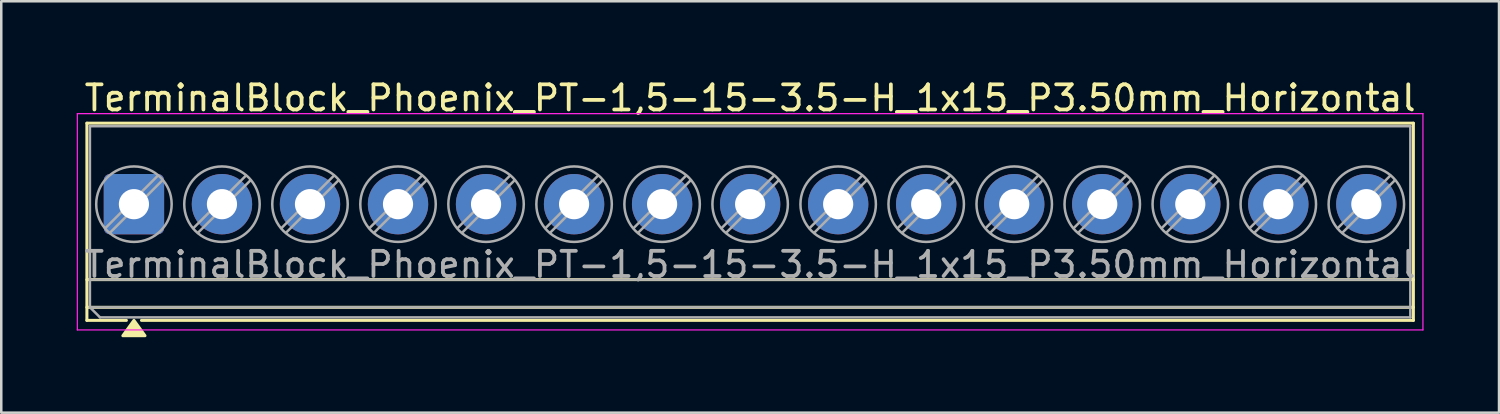
<source format=kicad_pcb>
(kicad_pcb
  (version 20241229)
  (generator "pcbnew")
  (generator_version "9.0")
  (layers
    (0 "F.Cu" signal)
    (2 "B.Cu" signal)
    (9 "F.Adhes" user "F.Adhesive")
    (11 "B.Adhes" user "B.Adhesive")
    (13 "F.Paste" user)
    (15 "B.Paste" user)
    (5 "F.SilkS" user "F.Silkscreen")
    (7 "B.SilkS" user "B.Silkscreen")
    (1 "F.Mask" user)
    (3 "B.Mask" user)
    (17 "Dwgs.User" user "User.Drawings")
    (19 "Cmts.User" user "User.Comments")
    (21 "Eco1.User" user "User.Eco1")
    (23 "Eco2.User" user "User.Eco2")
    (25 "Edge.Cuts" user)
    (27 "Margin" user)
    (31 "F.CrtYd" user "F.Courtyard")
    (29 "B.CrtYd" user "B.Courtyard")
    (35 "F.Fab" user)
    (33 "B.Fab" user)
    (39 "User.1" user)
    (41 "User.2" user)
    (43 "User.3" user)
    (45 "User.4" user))
  (footprint "TerminalBlock_Phoenix_PT-1,5-15-3.5-H_1x15_P3.50mm_Horizontal"
    (layer "F.Cu")
    (at 2.275 5.068)
    (property "Reference" "TerminalBlock_Phoenix_PT-1,5-15-3.5-H_1x15_P3.50mm_Horizontal" (at 24.5 -4.22 0) (layer "F.SilkS") (effects (font (size 1 1) (thickness 0.15))))
    (attr through_hole)
    (fp_line (start -1.87 -3.22) (end -1.87 4.62) (stroke (width 0.12) (type solid)) (layer "F.SilkS"))
    (fp_line (start -1.87 -3.22) (end 50.87 -3.22) (stroke (width 0.12) (type solid)) (layer "F.SilkS"))
    (fp_line (start -1.87 3) (end 50.87 3) (stroke (width 0.12) (type solid)) (layer "F.SilkS"))
    (fp_line (start -1.87 4.1) (end 50.87 4.1) (stroke (width 0.12) (type solid)) (layer "F.SilkS"))
    (fp_line (start -1.87 4.62) (end -0.3 4.62) (stroke (width 0.12) (type solid)) (layer "F.SilkS"))
    (fp_line (start 0.3 4.62) (end 50.87 4.62) (stroke (width 0.12) (type solid)) (layer "F.SilkS"))
    (fp_line (start 50.87 -3.22) (end 50.87 4.62) (stroke (width 0.12) (type solid)) (layer "F.SilkS"))
    (fp_poly (pts (xy 0 4.62) (xy 0.44 5.23) (xy -0.44 5.23)) (stroke (width 0.12) (type solid)) (fill yes) (layer "F.SilkS"))
    (fp_line (start -2.25 -3.6) (end -2.25 5) (stroke (width 0.05) (type solid)) (layer "F.CrtYd"))
    (fp_line (start -2.25 5) (end 51.25 5) (stroke (width 0.05) (type solid)) (layer "F.CrtYd"))
    (fp_line (start 51.25 -3.6) (end -2.25 -3.6) (stroke (width 0.05) (type solid)) (layer "F.CrtYd"))
    (fp_line (start 51.25 5) (end 51.25 -3.6) (stroke (width 0.05) (type solid)) (layer "F.CrtYd"))
    (fp_line (start -1.75 -3.1) (end 50.75 -3.1) (stroke (width 0.1) (type solid)) (layer "F.Fab"))
    (fp_line (start -1.75 3) (end 50.75 3) (stroke (width 0.1) (type solid)) (layer "F.Fab"))
    (fp_line (start -1.75 4.1) (end -1.75 -3.1) (stroke (width 0.1) (type solid)) (layer "F.Fab"))
    (fp_line (start -1.75 4.1) (end 50.75 4.1) (stroke (width 0.1) (type solid)) (layer "F.Fab"))
    (fp_line (start -1.35 4.5) (end -1.75 4.1) (stroke (width 0.1) (type solid)) (layer "F.Fab"))
    (fp_line (start 0.955 -1.138) (end -1.138 0.954) (stroke (width 0.1) (type solid)) (layer "F.Fab"))
    (fp_line (start 1.138 -0.954) (end -0.955 1.137) (stroke (width 0.1) (type solid)) (layer "F.Fab"))
    (fp_line (start 4.455 -1.138) (end 2.362 0.954) (stroke (width 0.1) (type solid)) (layer "F.Fab"))
    (fp_line (start 4.638 -0.954) (end 2.545 1.137) (stroke (width 0.1) (type solid)) (layer "F.Fab"))
    (fp_line (start 7.955 -1.138) (end 5.862 0.954) (stroke (width 0.1) (type solid)) (layer "F.Fab"))
    (fp_line (start 8.138 -0.954) (end 6.045 1.137) (stroke (width 0.1) (type solid)) (layer "F.Fab"))
    (fp_line (start 11.455 -1.138) (end 9.362 0.954) (stroke (width 0.1) (type solid)) (layer "F.Fab"))
    (fp_line (start 11.638 -0.954) (end 9.545 1.137) (stroke (width 0.1) (type solid)) (layer "F.Fab"))
    (fp_line (start 14.955 -1.138) (end 12.862 0.954) (stroke (width 0.1) (type solid)) (layer "F.Fab"))
    (fp_line (start 15.138 -0.954) (end 13.045 1.137) (stroke (width 0.1) (type solid)) (layer "F.Fab"))
    (fp_line (start 18.455 -1.138) (end 16.362 0.954) (stroke (width 0.1) (type solid)) (layer "F.Fab"))
    (fp_line (start 18.638 -0.954) (end 16.545 1.137) (stroke (width 0.1) (type solid)) (layer "F.Fab"))
    (fp_line (start 21.955 -1.138) (end 19.862 0.954) (stroke (width 0.1) (type solid)) (layer "F.Fab"))
    (fp_line (start 22.138 -0.954) (end 20.045 1.137) (stroke (width 0.1) (type solid)) (layer "F.Fab"))
    (fp_line (start 25.455 -1.138) (end 23.362 0.954) (stroke (width 0.1) (type solid)) (layer "F.Fab"))
    (fp_line (start 25.638 -0.954) (end 23.545 1.137) (stroke (width 0.1) (type solid)) (layer "F.Fab"))
    (fp_line (start 28.955 -1.138) (end 26.862 0.954) (stroke (width 0.1) (type solid)) (layer "F.Fab"))
    (fp_line (start 29.138 -0.954) (end 27.045 1.137) (stroke (width 0.1) (type solid)) (layer "F.Fab"))
    (fp_line (start 32.455 -1.138) (end 30.362 0.954) (stroke (width 0.1) (type solid)) (layer "F.Fab"))
    (fp_line (start 32.638 -0.954) (end 30.545 1.137) (stroke (width 0.1) (type solid)) (layer "F.Fab"))
    (fp_line (start 35.955 -1.138) (end 33.862 0.954) (stroke (width 0.1) (type solid)) (layer "F.Fab"))
    (fp_line (start 36.138 -0.954) (end 34.045 1.137) (stroke (width 0.1) (type solid)) (layer "F.Fab"))
    (fp_line (start 39.455 -1.138) (end 37.362 0.954) (stroke (width 0.1) (type solid)) (layer "F.Fab"))
    (fp_line (start 39.638 -0.954) (end 37.545 1.137) (stroke (width 0.1) (type solid)) (layer "F.Fab"))
    (fp_line (start 42.955 -1.138) (end 40.862 0.954) (stroke (width 0.1) (type solid)) (layer "F.Fab"))
    (fp_line (start 43.138 -0.954) (end 41.045 1.137) (stroke (width 0.1) (type solid)) (layer "F.Fab"))
    (fp_line (start 46.455 -1.138) (end 44.362 0.954) (stroke (width 0.1) (type solid)) (layer "F.Fab"))
    (fp_line (start 46.638 -0.954) (end 44.545 1.137) (stroke (width 0.1) (type solid)) (layer "F.Fab"))
    (fp_line (start 49.955 -1.138) (end 47.862 0.954) (stroke (width 0.1) (type solid)) (layer "F.Fab"))
    (fp_line (start 50.138 -0.954) (end 48.045 1.137) (stroke (width 0.1) (type solid)) (layer "F.Fab"))
    (fp_line (start 50.75 -3.1) (end 50.75 4.5) (stroke (width 0.1) (type solid)) (layer "F.Fab"))
    (fp_line (start 50.75 4.5) (end -1.35 4.5) (stroke (width 0.1) (type solid)) (layer "F.Fab"))
    (fp_circle (center 0 0) (end 1.5 0) (stroke (width 0.1) (type solid)) (fill no) (layer "F.Fab"))
    (fp_circle (center 3.5 0) (end 5 0) (stroke (width 0.1) (type solid)) (fill no) (layer "F.Fab"))
    (fp_circle (center 7 0) (end 8.5 0) (stroke (width 0.1) (type solid)) (fill no) (layer "F.Fab"))
    (fp_circle (center 10.5 0) (end 12 0) (stroke (width 0.1) (type solid)) (fill no) (layer "F.Fab"))
    (fp_circle (center 14 0) (end 15.5 0) (stroke (width 0.1) (type solid)) (fill no) (layer "F.Fab"))
    (fp_circle (center 17.5 0) (end 19 0) (stroke (width 0.1) (type solid)) (fill no) (layer "F.Fab"))
    (fp_circle (center 21 0) (end 22.5 0) (stroke (width 0.1) (type solid)) (fill no) (layer "F.Fab"))
    (fp_circle (center 24.5 0) (end 26 0) (stroke (width 0.1) (type solid)) (fill no) (layer "F.Fab"))
    (fp_circle (center 28 0) (end 29.5 0) (stroke (width 0.1) (type solid)) (fill no) (layer "F.Fab"))
    (fp_circle (center 31.5 0) (end 33 0) (stroke (width 0.1) (type solid)) (fill no) (layer "F.Fab"))
    (fp_circle (center 35 0) (end 36.5 0) (stroke (width 0.1) (type solid)) (fill no) (layer "F.Fab"))
    (fp_circle (center 38.5 0) (end 40 0) (stroke (width 0.1) (type solid)) (fill no) (layer "F.Fab"))
    (fp_circle (center 42 0) (end 43.5 0) (stroke (width 0.1) (type solid)) (fill no) (layer "F.Fab"))
    (fp_circle (center 45.5 0) (end 47 0) (stroke (width 0.1) (type solid)) (fill no) (layer "F.Fab"))
    (fp_circle (center 49 0) (end 50.5 0) (stroke (width 0.1) (type solid)) (fill no) (layer "F.Fab"))
    (fp_text user "${REFERENCE}" (at 24.5 2.4 0) (layer "F.Fab") (effects (font (size 1 1) (thickness 0.15))))
    (pad "1" thru_hole roundrect (at 0 0) (size 2.4 2.4) (drill 1.2) (layers "*.Cu" "*.Mask") (roundrect_rratio 0.104))
    (pad "2" thru_hole circle (at 3.5 0) (size 2.4 2.4) (drill 1.2) (layers "*.Cu" "*.Mask"))
    (pad "3" thru_hole circle (at 7 0) (size 2.4 2.4) (drill 1.2) (layers "*.Cu" "*.Mask"))
    (pad "4" thru_hole circle (at 10.5 0) (size 2.4 2.4) (drill 1.2) (layers "*.Cu" "*.Mask"))
    (pad "5" thru_hole circle (at 14 0) (size 2.4 2.4) (drill 1.2) (layers "*.Cu" "*.Mask"))
    (pad "6" thru_hole circle (at 17.5 0) (size 2.4 2.4) (drill 1.2) (layers "*.Cu" "*.Mask"))
    (pad "7" thru_hole circle (at 21 0) (size 2.4 2.4) (drill 1.2) (layers "*.Cu" "*.Mask"))
    (pad "8" thru_hole circle (at 24.5 0) (size 2.4 2.4) (drill 1.2) (layers "*.Cu" "*.Mask"))
    (pad "9" thru_hole circle (at 28 0) (size 2.4 2.4) (drill 1.2) (layers "*.Cu" "*.Mask"))
    (pad "10" thru_hole circle (at 31.5 0) (size 2.4 2.4) (drill 1.2) (layers "*.Cu" "*.Mask"))
    (pad "11" thru_hole circle (at 35 0) (size 2.4 2.4) (drill 1.2) (layers "*.Cu" "*.Mask"))
    (pad "12" thru_hole circle (at 38.5 0) (size 2.4 2.4) (drill 1.2) (layers "*.Cu" "*.Mask"))
    (pad "13" thru_hole circle (at 42 0) (size 2.4 2.4) (drill 1.2) (layers "*.Cu" "*.Mask"))
    (pad "14" thru_hole circle (at 45.5 0) (size 2.4 2.4) (drill 1.2) (layers "*.Cu" "*.Mask"))
    (pad "15" thru_hole circle (at 49 0) (size 2.4 2.4) (drill 1.2) (layers "*.Cu" "*.Mask")))
  (gr_rect
    (start -3 -3)
    (end 56.55 13.358)
    (stroke (width 0.1) (type default))
    (fill no)
    (layer "Edge.Cuts")))
</source>
